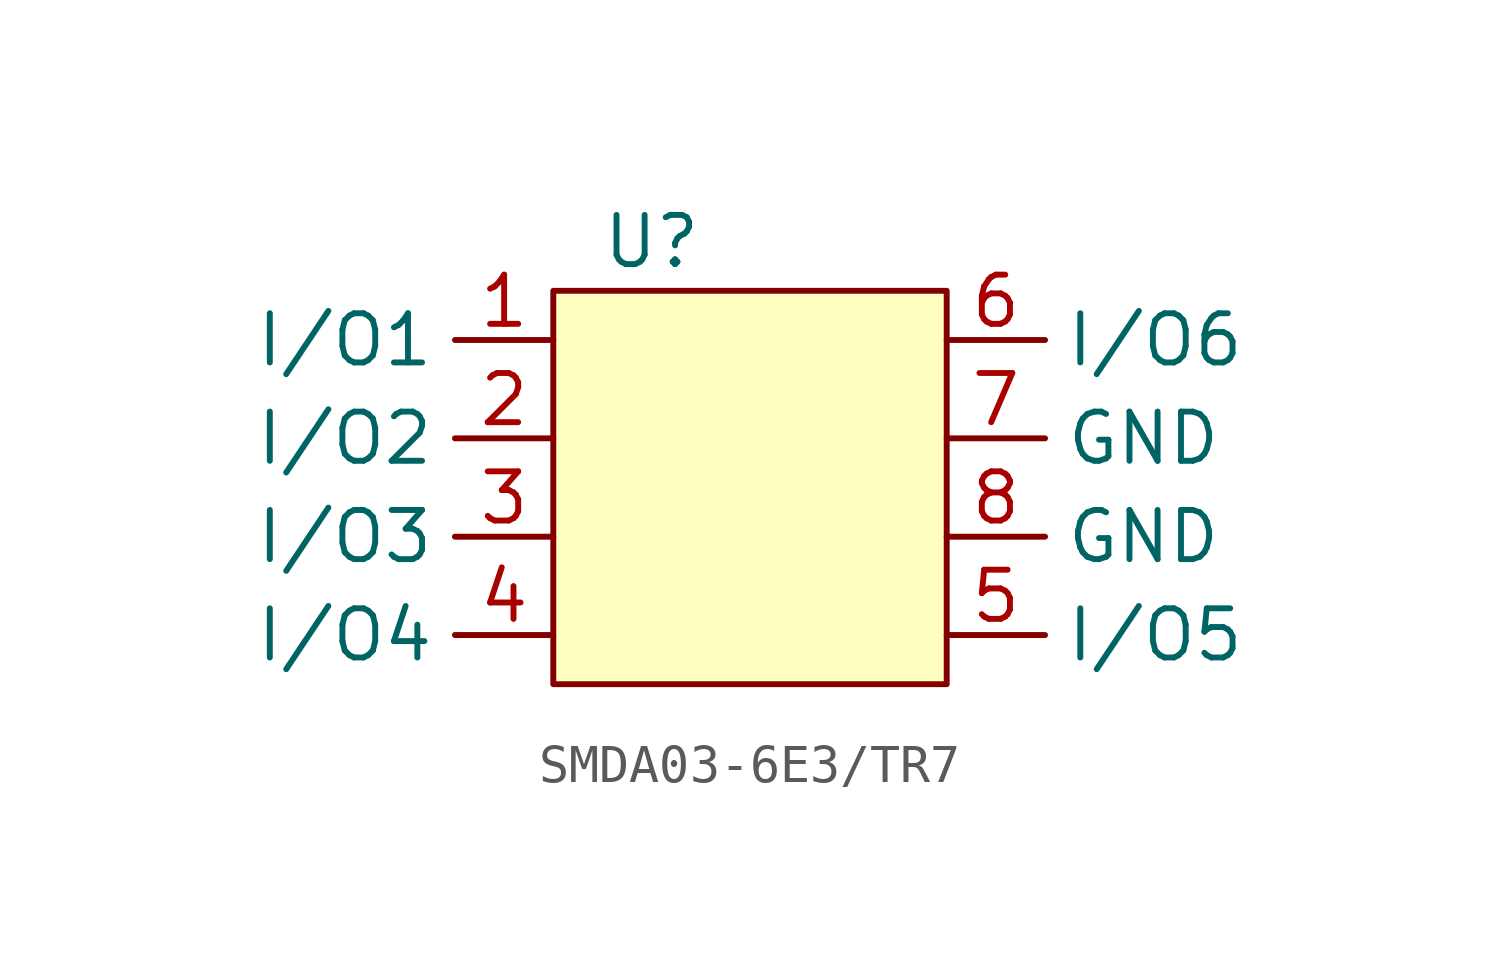
<source format=kicad_sym>
(kicad_symbol_lib
  (version 20220914)
  (generator kicad_symbol_editor)
  (symbol "SMDA03-6E3/TR7"
    (property "Reference" "U"
      (at 0 0 0)
      (effects (font (size 1.27 1.27))))
    (property "Value" ""
      (at 0 0 0)
      (effects (font (size 1.27 1.27))))
    (symbol "SMDA03-6E3/TR7_1_1"
      (rectangle (start -2.54 -1.27) (end 7.62 -11.43) (stroke (width 0) (type default)) (fill (type background)))
      (pin input line (at -2.54 -2.54 180) (length 2.54) (name "I/O1" (effects (font (size 1.27 1.27)))) (number "1" (effects (font (size 1.27 1.27)))))
      (pin input line (at -2.54 -5.08 180) (length 2.54) (name "I/O2" (effects (font (size 1.27 1.27)))) (number "2" (effects (font (size 1.27 1.27)))))
      (pin input line (at -2.54 -7.62 180) (length 2.54) (name "I/O3" (effects (font (size 1.27 1.27)))) (number "3" (effects (font (size 1.27 1.27)))))
      (pin input line (at -2.54 -10.16 180) (length 2.54) (name "I/O4" (effects (font (size 1.27 1.27)))) (number "4" (effects (font (size 1.27 1.27)))))
      (pin input line (at 7.62 -10.16 0) (length 2.54) (name "I/O5" (effects (font (size 1.27 1.27)))) (number "5" (effects (font (size 1.27 1.27)))))
      (pin input line (at 7.62 -2.54 0) (length 2.54) (name "I/O6" (effects (font (size 1.27 1.27)))) (number "6" (effects (font (size 1.27 1.27)))))
      (pin input line (at 7.62 -5.08 0) (length 2.54) (name "GND" (effects (font (size 1.27 1.27)))) (number "7" (effects (font (size 1.27 1.27)))))
      (pin input line (at 7.62 -7.62 0) (length 2.54) (name "GND" (effects (font (size 1.27 1.27)))) (number "8" (effects (font (size 1.27 1.27))))))))
</source>
